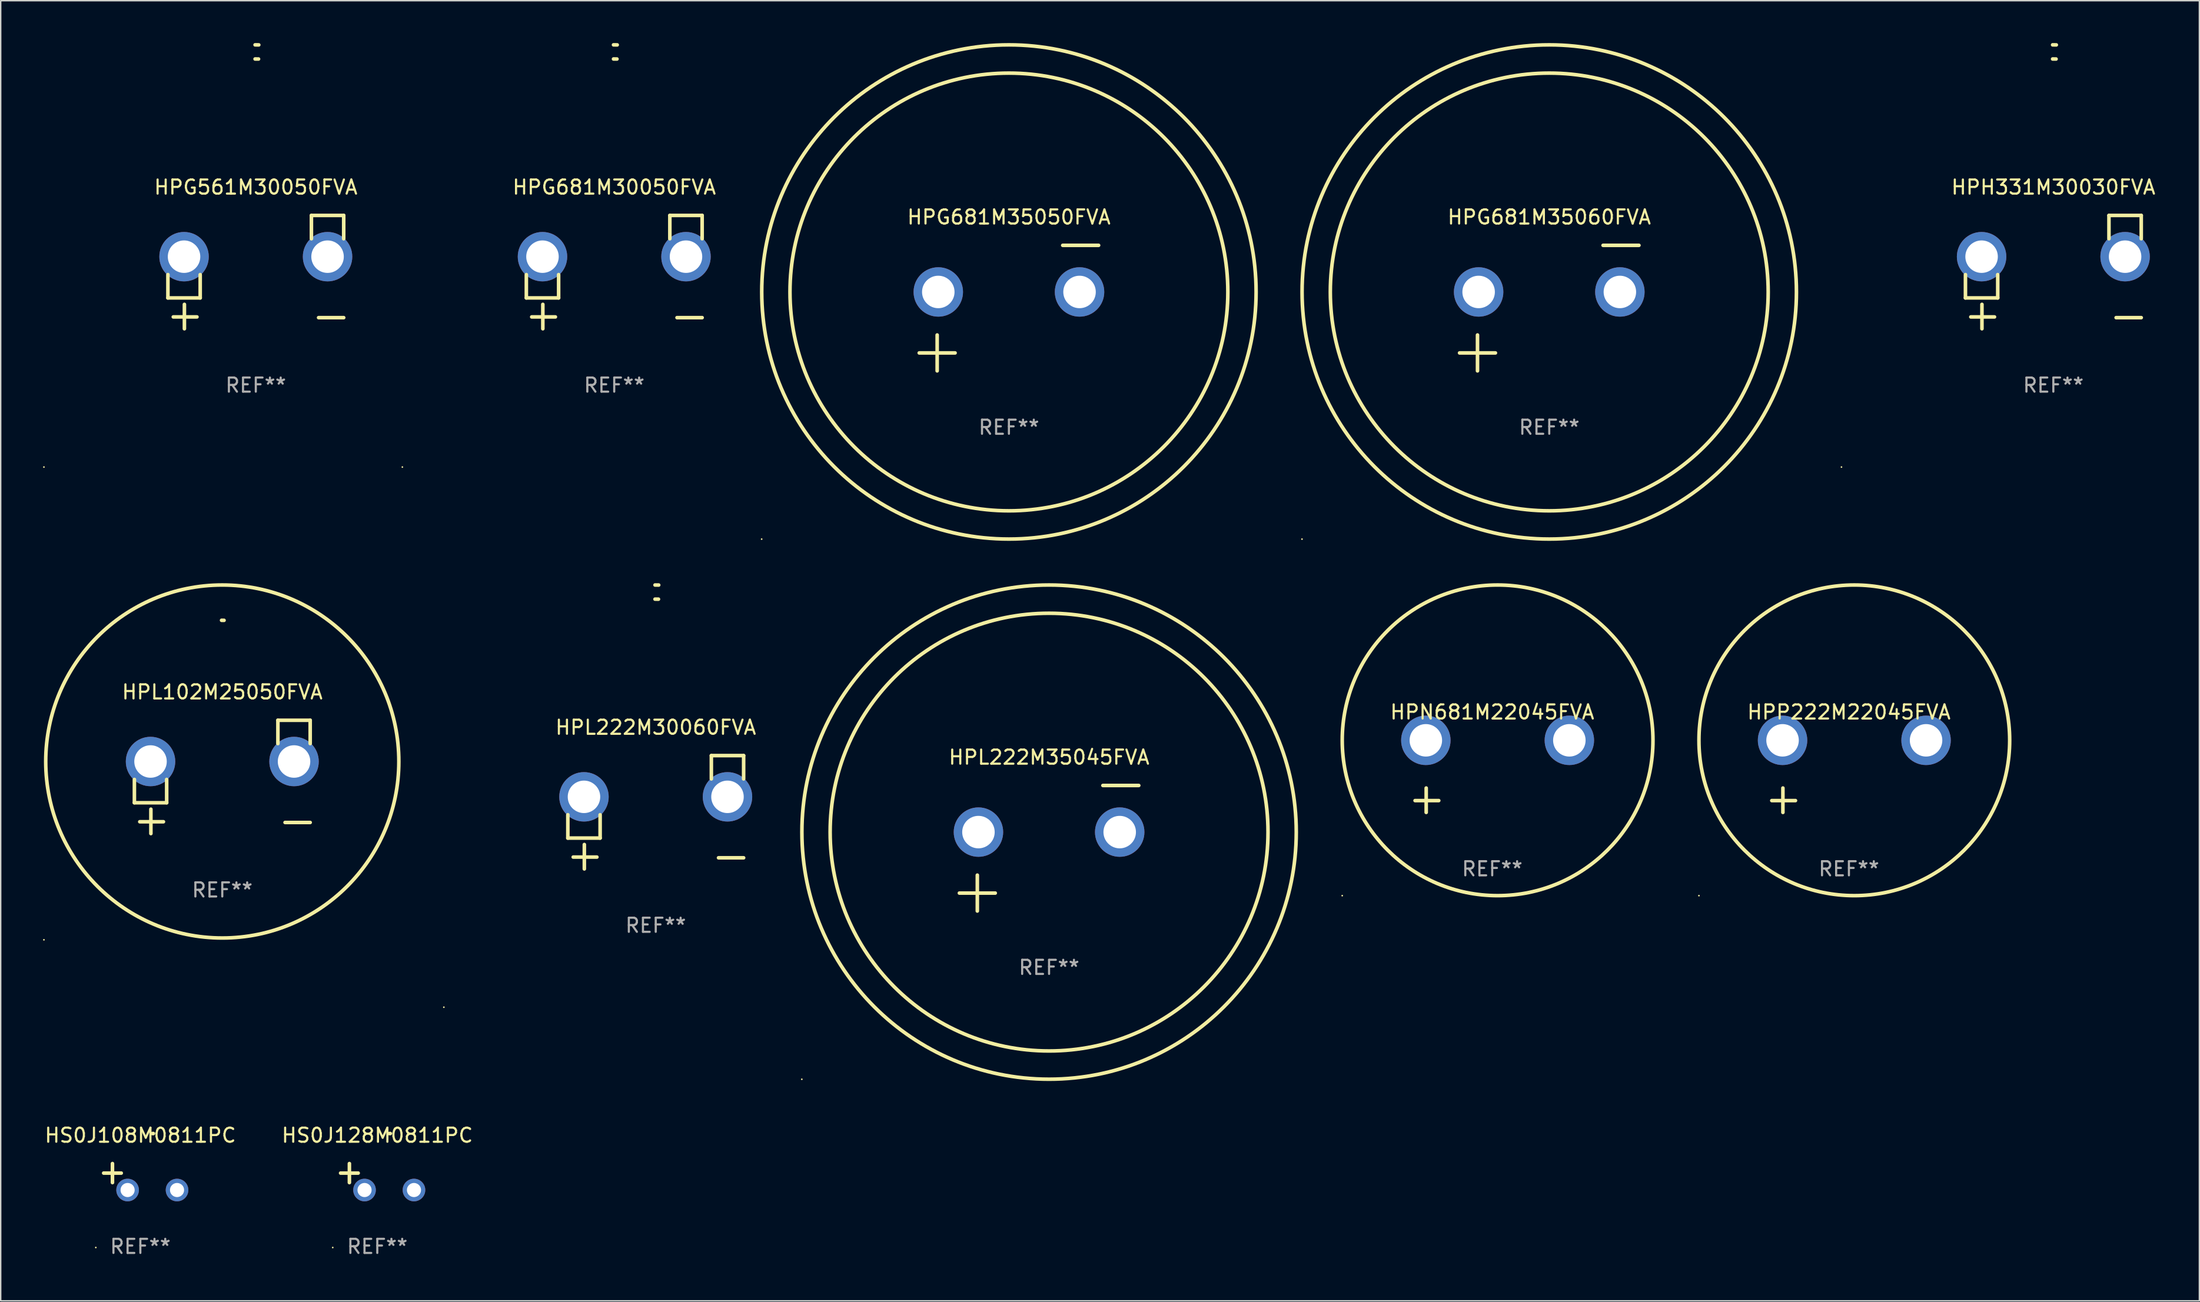
<source format=kicad_pcb>
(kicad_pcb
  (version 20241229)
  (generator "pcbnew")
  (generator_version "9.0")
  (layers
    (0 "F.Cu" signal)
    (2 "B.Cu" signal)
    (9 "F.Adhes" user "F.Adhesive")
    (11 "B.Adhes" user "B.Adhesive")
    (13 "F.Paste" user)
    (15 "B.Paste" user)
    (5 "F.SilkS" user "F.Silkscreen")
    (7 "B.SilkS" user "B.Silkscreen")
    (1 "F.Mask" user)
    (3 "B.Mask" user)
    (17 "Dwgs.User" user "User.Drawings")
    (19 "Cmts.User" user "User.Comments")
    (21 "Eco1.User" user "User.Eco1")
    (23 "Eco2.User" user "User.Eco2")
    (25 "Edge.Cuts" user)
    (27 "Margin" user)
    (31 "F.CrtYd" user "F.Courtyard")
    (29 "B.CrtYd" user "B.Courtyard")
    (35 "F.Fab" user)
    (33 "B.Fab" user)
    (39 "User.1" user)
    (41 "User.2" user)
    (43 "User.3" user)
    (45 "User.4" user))
  (footprint "HPL222M35045FVA"
    (layer "F.Cu")
    (at 71.221 57.024)
    (property "Reference" "HPL222M35045FVA" (at 0 -6.445 0) (layer "F.SilkS") (effects (font (size 1 1) (thickness 0.15))))
    (attr through_hole)
    (fp_line (start -6.35 3.175) (end -3.81 3.175) (stroke (width 0.254) (type solid)) (layer "F.SilkS"))
    (fp_line (start -5.08 1.905) (end -5.08 4.445) (stroke (width 0.254) (type solid)) (layer "F.SilkS"))
    (fp_line (start 3.81 -4.445) (end 6.35 -4.445) (stroke (width 0.254) (type solid)) (layer "F.SilkS"))
    (fp_circle (center -17.505 16.362) (end -17.475 16.362) (stroke (width 0.06) (type solid)) (fill no) (layer "F.SilkS"))
    (fp_circle (center 0 -1.143) (end 15.5 -1.143) (stroke (width 0.254) (type solid)) (fill no) (layer "F.SilkS"))
    (fp_circle (center 0 -1.143) (end 17.5 -1.143) (stroke (width 0.254) (type solid)) (fill no) (layer "F.SilkS"))
    (fp_text user "REF**" (at 0 8.445 0) (layer "F.Fab") (effects (font (size 1 1) (thickness 0.15))))
    (pad "1" thru_hole circle (at -5 -1.143) (size 3.5 3.5) (drill 2.3) (layers "*.Cu" "*.Mask"))
    (pad "2" thru_hole circle (at 5 -1.143) (size 3.5 3.5) (drill 2.3) (layers "*.Cu" "*.Mask")))
  (footprint "HPG681M35050FVA"
    (layer "F.Cu")
    (at 68.378 18.77)
    (property "Reference" "HPG681M35050FVA" (at 0 -6.445 0) (layer "F.SilkS") (effects (font (size 1 1) (thickness 0.15))))
    (attr through_hole)
    (fp_line (start -6.35 3.175) (end -3.81 3.175) (stroke (width 0.254) (type solid)) (layer "F.SilkS"))
    (fp_line (start -5.08 1.905) (end -5.08 4.445) (stroke (width 0.254) (type solid)) (layer "F.SilkS"))
    (fp_line (start 3.81 -4.445) (end 6.35 -4.445) (stroke (width 0.254) (type solid)) (layer "F.SilkS"))
    (fp_circle (center -17.505 16.362) (end -17.475 16.362) (stroke (width 0.06) (type solid)) (fill no) (layer "F.SilkS"))
    (fp_circle (center 0 -1.143) (end 15.5 -1.143) (stroke (width 0.254) (type solid)) (fill no) (layer "F.SilkS"))
    (fp_circle (center 0 -1.143) (end 17.5 -1.143) (stroke (width 0.254) (type solid)) (fill no) (layer "F.SilkS"))
    (fp_text user "REF**" (at 0 8.445 0) (layer "F.Fab") (effects (font (size 1 1) (thickness 0.15))))
    (pad "1" thru_hole circle (at -5 -1.143) (size 3.5 3.5) (drill 2.3) (layers "*.Cu" "*.Mask"))
    (pad "2" thru_hole circle (at 5 -1.143) (size 3.5 3.5) (drill 2.3) (layers "*.Cu" "*.Mask")))
  (footprint "HS0J108M0811PC"
    (layer "F.Cu")
    (at 6.887 80.293)
    (property "Reference" "HS0J108M0811PC" (at 0 -2.937 0) (layer "F.SilkS") (effects (font (size 1 1) (thickness 0.15))))
    (attr through_hole)
    (fp_line (start -1.975 0.41) (end -1.975 -0.937) (stroke (width 0.254) (type solid)) (layer "F.SilkS"))
    (fp_line (start -1.353 -0.263) (end -2.597 -0.263) (stroke (width 0.254) (type solid)) (layer "F.SilkS"))
    (fp_arc (start 0.849809 -3.063957) (mid 0.885369 -3.064114) (end 0.920929 -3.063957) (stroke (width 0.254001) (type solid)) (layer "F.SilkS"))
    (fp_circle (center -3.154 5.008) (end -3.124 5.008) (stroke (width 0.06) (type solid)) (fill no) (layer "F.SilkS"))
    (fp_text user "REF**" (at 0 4.937 0) (layer "F.Fab") (effects (font (size 1 1) (thickness 0.15))))
    (pad "1" thru_hole circle (at -0.903 0.937) (size 1.6 1.6) (drill 1) (layers "*.Cu" "*.Mask"))
    (pad "2" thru_hole circle (at 2.597 0.937) (size 1.6 1.6) (drill 1) (layers "*.Cu" "*.Mask")))
  (footprint "HPG561M30050FVA"
    (layer "F.Cu")
    (at 15.06 16.22)
    (property "Reference" "HPG561M30050FVA" (at 0 -6.013 0) (layer "F.SilkS") (effects (font (size 1 1) (thickness 0.15))))
    (attr through_hole)
    (fp_line (start -6.223 0.178) (end -6.223 1.829) (stroke (width 0.254) (type solid)) (layer "F.SilkS"))
    (fp_line (start -6.223 1.829) (end -3.937 1.829) (stroke (width 0.254) (type solid)) (layer "F.SilkS"))
    (fp_line (start -5.055 4.013) (end -5.055 2.286) (stroke (width 0.254) (type solid)) (layer "F.SilkS"))
    (fp_line (start -4.166 3.175) (end -5.842 3.175) (stroke (width 0.254) (type solid)) (layer "F.SilkS"))
    (fp_line (start -3.937 1.829) (end -3.937 0.178) (stroke (width 0.254) (type solid)) (layer "F.SilkS"))
    (fp_line (start 3.937 -4.013) (end 3.937 -2.362) (stroke (width 0.254) (type solid)) (layer "F.SilkS"))
    (fp_line (start 6.223 -4.013) (end 3.937 -4.013) (stroke (width 0.254) (type solid)) (layer "F.SilkS"))
    (fp_line (start 6.223 -2.362) (end 6.223 -4.013) (stroke (width 0.254) (type solid)) (layer "F.SilkS"))
    (fp_line (start 6.223 3.226) (end 4.445 3.226) (stroke (width 0.254) (type solid)) (layer "F.SilkS"))
    (fp_arc (start -0.0508 -16.093472) (mid 0.080016 -16.092762) (end 0.210821 -16.090932) (stroke (width 0.254001) (type solid)) (layer "F.SilkS"))
    (fp_arc (start -0.0508 -15.09271) (mid 0.071125 -15.091961) (end 0.19304 -15.09017) (stroke (width 0.254001) (type solid)) (layer "F.SilkS"))
    (fp_circle (center -15 13.808) (end -14.97 13.808) (stroke (width 0.06) (type solid)) (fill no) (layer "F.SilkS"))
    (fp_text user "REF**" (at 0 8.013 0) (layer "F.Fab") (effects (font (size 1 1) (thickness 0.15))))
    (pad "1" thru_hole circle (at -5.08 -1.092) (size 3.5 3.5) (drill 2.3) (layers "*.Cu" "*.Mask"))
    (pad "2" thru_hole circle (at 5.08 -1.092) (size 3.5 3.5) (drill 2.3) (layers "*.Cu" "*.Mask")))
  (footprint "HPG681M30050FVA"
    (layer "F.Cu")
    (at 40.436 16.22)
    (property "Reference" "HPG681M30050FVA" (at 0 -6.013 0) (layer "F.SilkS") (effects (font (size 1 1) (thickness 0.15))))
    (attr through_hole)
    (fp_line (start -6.223 0.178) (end -6.223 1.829) (stroke (width 0.254) (type solid)) (layer "F.SilkS"))
    (fp_line (start -6.223 1.829) (end -3.937 1.829) (stroke (width 0.254) (type solid)) (layer "F.SilkS"))
    (fp_line (start -5.055 4.013) (end -5.055 2.286) (stroke (width 0.254) (type solid)) (layer "F.SilkS"))
    (fp_line (start -4.166 3.175) (end -5.842 3.175) (stroke (width 0.254) (type solid)) (layer "F.SilkS"))
    (fp_line (start -3.937 1.829) (end -3.937 0.178) (stroke (width 0.254) (type solid)) (layer "F.SilkS"))
    (fp_line (start 3.937 -4.013) (end 3.937 -2.362) (stroke (width 0.254) (type solid)) (layer "F.SilkS"))
    (fp_line (start 6.223 -4.013) (end 3.937 -4.013) (stroke (width 0.254) (type solid)) (layer "F.SilkS"))
    (fp_line (start 6.223 -2.362) (end 6.223 -4.013) (stroke (width 0.254) (type solid)) (layer "F.SilkS"))
    (fp_line (start 6.223 3.226) (end 4.445 3.226) (stroke (width 0.254) (type solid)) (layer "F.SilkS"))
    (fp_arc (start -0.0508 -16.093472) (mid 0.080016 -16.092762) (end 0.210821 -16.090932) (stroke (width 0.254001) (type solid)) (layer "F.SilkS"))
    (fp_arc (start -0.0508 -15.09271) (mid 0.071125 -15.091961) (end 0.19304 -15.09017) (stroke (width 0.254001) (type solid)) (layer "F.SilkS"))
    (fp_circle (center -15 13.808) (end -14.97 13.808) (stroke (width 0.06) (type solid)) (fill no) (layer "F.SilkS"))
    (fp_text user "REF**" (at 0 8.013 0) (layer "F.Fab") (effects (font (size 1 1) (thickness 0.15))))
    (pad "1" thru_hole circle (at -5.08 -1.092) (size 3.5 3.5) (drill 2.3) (layers "*.Cu" "*.Mask"))
    (pad "2" thru_hole circle (at 5.08 -1.092) (size 3.5 3.5) (drill 2.3) (layers "*.Cu" "*.Mask")))
  (footprint "HPP222M22045FVA"
    (layer "F.Cu")
    (at 127.848 51.934)
    (property "Reference" "HPP222M22045FVA" (at 0 -4.553 0) (layer "F.SilkS") (effects (font (size 1 1) (thickness 0.15))))
    (attr through_hole)
    (fp_line (start -4.674 2.553) (end -4.674 0.826) (stroke (width 0.254) (type solid)) (layer "F.SilkS"))
    (fp_line (start -3.785 1.715) (end -5.461 1.715) (stroke (width 0.254) (type solid)) (layer "F.SilkS"))
    (fp_circle (center -10.619 8.447) (end -10.589 8.447) (stroke (width 0.06) (type solid)) (fill no) (layer "F.SilkS"))
    (fp_circle (center 0.381 -2.553) (end 11.381 -2.553) (stroke (width 0.254) (type solid)) (fill no) (layer "F.SilkS"))
    (fp_text user "REF**" (at 0 6.553 0) (layer "F.Fab") (effects (font (size 1 1) (thickness 0.15))))
    (pad "1" thru_hole circle (at -4.699 -2.553) (size 3.5 3.5) (drill 2.3) (layers "*.Cu" "*.Mask"))
    (pad "2" thru_hole circle (at 5.461 -2.553) (size 3.5 3.5) (drill 2.3) (layers "*.Cu" "*.Mask")))
  (footprint "HPN681M22045FVA"
    (layer "F.Cu")
    (at 102.594 51.934)
    (property "Reference" "HPN681M22045FVA" (at 0 -4.553 0) (layer "F.SilkS") (effects (font (size 1 1) (thickness 0.15))))
    (attr through_hole)
    (fp_line (start -4.674 2.553) (end -4.674 0.826) (stroke (width 0.254) (type solid)) (layer "F.SilkS"))
    (fp_line (start -3.785 1.715) (end -5.461 1.715) (stroke (width 0.254) (type solid)) (layer "F.SilkS"))
    (fp_circle (center -10.619 8.447) (end -10.589 8.447) (stroke (width 0.06) (type solid)) (fill no) (layer "F.SilkS"))
    (fp_circle (center 0.381 -2.553) (end 11.381 -2.553) (stroke (width 0.254) (type solid)) (fill no) (layer "F.SilkS"))
    (fp_text user "REF**" (at 0 6.553 0) (layer "F.Fab") (effects (font (size 1 1) (thickness 0.15))))
    (pad "1" thru_hole circle (at -4.699 -2.553) (size 3.5 3.5) (drill 2.3) (layers "*.Cu" "*.Mask"))
    (pad "2" thru_hole circle (at 5.461 -2.553) (size 3.5 3.5) (drill 2.3) (layers "*.Cu" "*.Mask")))
  (footprint "HPH331M30030FVA"
    (layer "F.Cu")
    (at 142.32 16.22)
    (property "Reference" "HPH331M30030FVA" (at 0 -6.013 0) (layer "F.SilkS") (effects (font (size 1 1) (thickness 0.15))))
    (attr through_hole)
    (fp_line (start -6.223 0.178) (end -6.223 1.829) (stroke (width 0.254) (type solid)) (layer "F.SilkS"))
    (fp_line (start -6.223 1.829) (end -3.937 1.829) (stroke (width 0.254) (type solid)) (layer "F.SilkS"))
    (fp_line (start -5.055 4.013) (end -5.055 2.286) (stroke (width 0.254) (type solid)) (layer "F.SilkS"))
    (fp_line (start -4.166 3.175) (end -5.842 3.175) (stroke (width 0.254) (type solid)) (layer "F.SilkS"))
    (fp_line (start -3.937 1.829) (end -3.937 0.178) (stroke (width 0.254) (type solid)) (layer "F.SilkS"))
    (fp_line (start 3.937 -4.013) (end 3.937 -2.362) (stroke (width 0.254) (type solid)) (layer "F.SilkS"))
    (fp_line (start 6.223 -4.013) (end 3.937 -4.013) (stroke (width 0.254) (type solid)) (layer "F.SilkS"))
    (fp_line (start 6.223 -2.362) (end 6.223 -4.013) (stroke (width 0.254) (type solid)) (layer "F.SilkS"))
    (fp_line (start 6.223 3.226) (end 4.445 3.226) (stroke (width 0.254) (type solid)) (layer "F.SilkS"))
    (fp_arc (start -0.0508 -16.093472) (mid 0.080016 -16.092762) (end 0.210821 -16.090932) (stroke (width 0.254001) (type solid)) (layer "F.SilkS"))
    (fp_arc (start -0.0508 -15.09271) (mid 0.071125 -15.091961) (end 0.19304 -15.09017) (stroke (width 0.254001) (type solid)) (layer "F.SilkS"))
    (fp_circle (center -15 13.808) (end -14.97 13.808) (stroke (width 0.06) (type solid)) (fill no) (layer "F.SilkS"))
    (fp_text user "REF**" (at 0 8.013 0) (layer "F.Fab") (effects (font (size 1 1) (thickness 0.15))))
    (pad "1" thru_hole circle (at -5.08 -1.092) (size 3.5 3.5) (drill 2.3) (layers "*.Cu" "*.Mask"))
    (pad "2" thru_hole circle (at 5.08 -1.092) (size 3.5 3.5) (drill 2.3) (layers "*.Cu" "*.Mask")))
  (footprint "HS0J128M0811PC"
    (layer "F.Cu")
    (at 23.661 80.293)
    (property "Reference" "HS0J128M0811PC" (at 0 -2.937 0) (layer "F.SilkS") (effects (font (size 1 1) (thickness 0.15))))
    (attr through_hole)
    (fp_line (start -1.975 0.41) (end -1.975 -0.937) (stroke (width 0.254) (type solid)) (layer "F.SilkS"))
    (fp_line (start -1.353 -0.263) (end -2.597 -0.263) (stroke (width 0.254) (type solid)) (layer "F.SilkS"))
    (fp_arc (start 0.849809 -3.063957) (mid 0.885369 -3.064114) (end 0.920929 -3.063957) (stroke (width 0.254001) (type solid)) (layer "F.SilkS"))
    (fp_circle (center -3.154 5.008) (end -3.124 5.008) (stroke (width 0.06) (type solid)) (fill no) (layer "F.SilkS"))
    (fp_text user "REF**" (at 0 4.937 0) (layer "F.Fab") (effects (font (size 1 1) (thickness 0.15))))
    (pad "1" thru_hole circle (at -0.903 0.937) (size 1.6 1.6) (drill 1) (layers "*.Cu" "*.Mask"))
    (pad "2" thru_hole circle (at 2.597 0.937) (size 1.6 1.6) (drill 1) (layers "*.Cu" "*.Mask")))
  (footprint "HPG681M35060FVA"
    (layer "F.Cu")
    (at 106.632 18.77)
    (property "Reference" "HPG681M35060FVA" (at 0 -6.445 0) (layer "F.SilkS") (effects (font (size 1 1) (thickness 0.15))))
    (attr through_hole)
    (fp_line (start -6.35 3.175) (end -3.81 3.175) (stroke (width 0.254) (type solid)) (layer "F.SilkS"))
    (fp_line (start -5.08 1.905) (end -5.08 4.445) (stroke (width 0.254) (type solid)) (layer "F.SilkS"))
    (fp_line (start 3.81 -4.445) (end 6.35 -4.445) (stroke (width 0.254) (type solid)) (layer "F.SilkS"))
    (fp_circle (center -17.505 16.362) (end -17.475 16.362) (stroke (width 0.06) (type solid)) (fill no) (layer "F.SilkS"))
    (fp_circle (center 0 -1.143) (end 15.5 -1.143) (stroke (width 0.254) (type solid)) (fill no) (layer "F.SilkS"))
    (fp_circle (center 0 -1.143) (end 17.5 -1.143) (stroke (width 0.254) (type solid)) (fill no) (layer "F.SilkS"))
    (fp_text user "REF**" (at 0 8.445 0) (layer "F.Fab") (effects (font (size 1 1) (thickness 0.15))))
    (pad "1" thru_hole circle (at -5 -1.143) (size 3.5 3.5) (drill 2.3) (layers "*.Cu" "*.Mask"))
    (pad "2" thru_hole circle (at 5 -1.143) (size 3.5 3.5) (drill 2.3) (layers "*.Cu" "*.Mask")))
  (footprint "HPL102M25050FVA"
    (layer "F.Cu")
    (at 12.687 51.973)
    (property "Reference" "HPL102M25050FVA" (at 0 -6.013 0) (layer "F.SilkS") (effects (font (size 1 1) (thickness 0.15))))
    (attr through_hole)
    (fp_line (start -6.223 0.178) (end -6.223 1.829) (stroke (width 0.254) (type solid)) (layer "F.SilkS"))
    (fp_line (start -6.223 1.829) (end -3.937 1.829) (stroke (width 0.254) (type solid)) (layer "F.SilkS"))
    (fp_line (start -5.055 4.013) (end -5.055 2.286) (stroke (width 0.254) (type solid)) (layer "F.SilkS"))
    (fp_line (start -4.166 3.175) (end -5.842 3.175) (stroke (width 0.254) (type solid)) (layer "F.SilkS"))
    (fp_line (start -3.937 1.829) (end -3.937 0.178) (stroke (width 0.254) (type solid)) (layer "F.SilkS"))
    (fp_line (start 3.937 -4.013) (end 3.937 -2.362) (stroke (width 0.254) (type solid)) (layer "F.SilkS"))
    (fp_line (start 6.223 -4.013) (end 3.937 -4.013) (stroke (width 0.254) (type solid)) (layer "F.SilkS"))
    (fp_line (start 6.223 -2.362) (end 6.223 -4.013) (stroke (width 0.254) (type solid)) (layer "F.SilkS"))
    (fp_line (start 6.223 3.226) (end 4.445 3.226) (stroke (width 0.254) (type solid)) (layer "F.SilkS"))
    (fp_arc (start -0.0508 -11.092202) (mid 0.036835 -11.091307) (end 0.12446 -11.089662) (stroke (width 0.254001) (type solid)) (layer "F.SilkS"))
    (fp_circle (center -12.627 11.535) (end -12.597 11.535) (stroke (width 0.06) (type solid)) (fill no) (layer "F.SilkS"))
    (fp_circle (center 0 -1.092) (end 12.5 -1.092) (stroke (width 0.254) (type solid)) (fill no) (layer "F.SilkS"))
    (fp_text user "REF**" (at 0 8.013 0) (layer "F.Fab") (effects (font (size 1 1) (thickness 0.15))))
    (pad "1" thru_hole circle (at -5.08 -1.092) (size 3.5 3.5) (drill 2.3) (layers "*.Cu" "*.Mask"))
    (pad "2" thru_hole circle (at 5.08 -1.092) (size 3.5 3.5) (drill 2.3) (layers "*.Cu" "*.Mask")))
  (footprint "HPL222M30060FVA"
    (layer "F.Cu")
    (at 43.374 54.475)
    (property "Reference" "HPL222M30060FVA" (at 0 -6.013 0) (layer "F.SilkS") (effects (font (size 1 1) (thickness 0.15))))
    (attr through_hole)
    (fp_line (start -6.223 0.178) (end -6.223 1.829) (stroke (width 0.254) (type solid)) (layer "F.SilkS"))
    (fp_line (start -6.223 1.829) (end -3.937 1.829) (stroke (width 0.254) (type solid)) (layer "F.SilkS"))
    (fp_line (start -5.055 4.013) (end -5.055 2.286) (stroke (width 0.254) (type solid)) (layer "F.SilkS"))
    (fp_line (start -4.166 3.175) (end -5.842 3.175) (stroke (width 0.254) (type solid)) (layer "F.SilkS"))
    (fp_line (start -3.937 1.829) (end -3.937 0.178) (stroke (width 0.254) (type solid)) (layer "F.SilkS"))
    (fp_line (start 3.937 -4.013) (end 3.937 -2.362) (stroke (width 0.254) (type solid)) (layer "F.SilkS"))
    (fp_line (start 6.223 -4.013) (end 3.937 -4.013) (stroke (width 0.254) (type solid)) (layer "F.SilkS"))
    (fp_line (start 6.223 -2.362) (end 6.223 -4.013) (stroke (width 0.254) (type solid)) (layer "F.SilkS"))
    (fp_line (start 6.223 3.226) (end 4.445 3.226) (stroke (width 0.254) (type solid)) (layer "F.SilkS"))
    (fp_arc (start -0.0508 -16.093472) (mid 0.080016 -16.092762) (end 0.210821 -16.090932) (stroke (width 0.254001) (type solid)) (layer "F.SilkS"))
    (fp_arc (start -0.0508 -15.09271) (mid 0.071125 -15.091961) (end 0.19304 -15.09017) (stroke (width 0.254001) (type solid)) (layer "F.SilkS"))
    (fp_circle (center -15 13.808) (end -14.97 13.808) (stroke (width 0.06) (type solid)) (fill no) (layer "F.SilkS"))
    (fp_text user "REF**" (at 0 8.013 0) (layer "F.Fab") (effects (font (size 1 1) (thickness 0.15))))
    (pad "1" thru_hole circle (at -5.08 -1.092) (size 3.5 3.5) (drill 2.3) (layers "*.Cu" "*.Mask"))
    (pad "2" thru_hole circle (at 5.08 -1.092) (size 3.5 3.5) (drill 2.3) (layers "*.Cu" "*.Mask")))
  (gr_rect
    (start -3 -3)
    (end 152.659 89.078)
    (stroke (width 0.1) (type default))
    (fill no)
    (layer "Edge.Cuts")))
</source>
